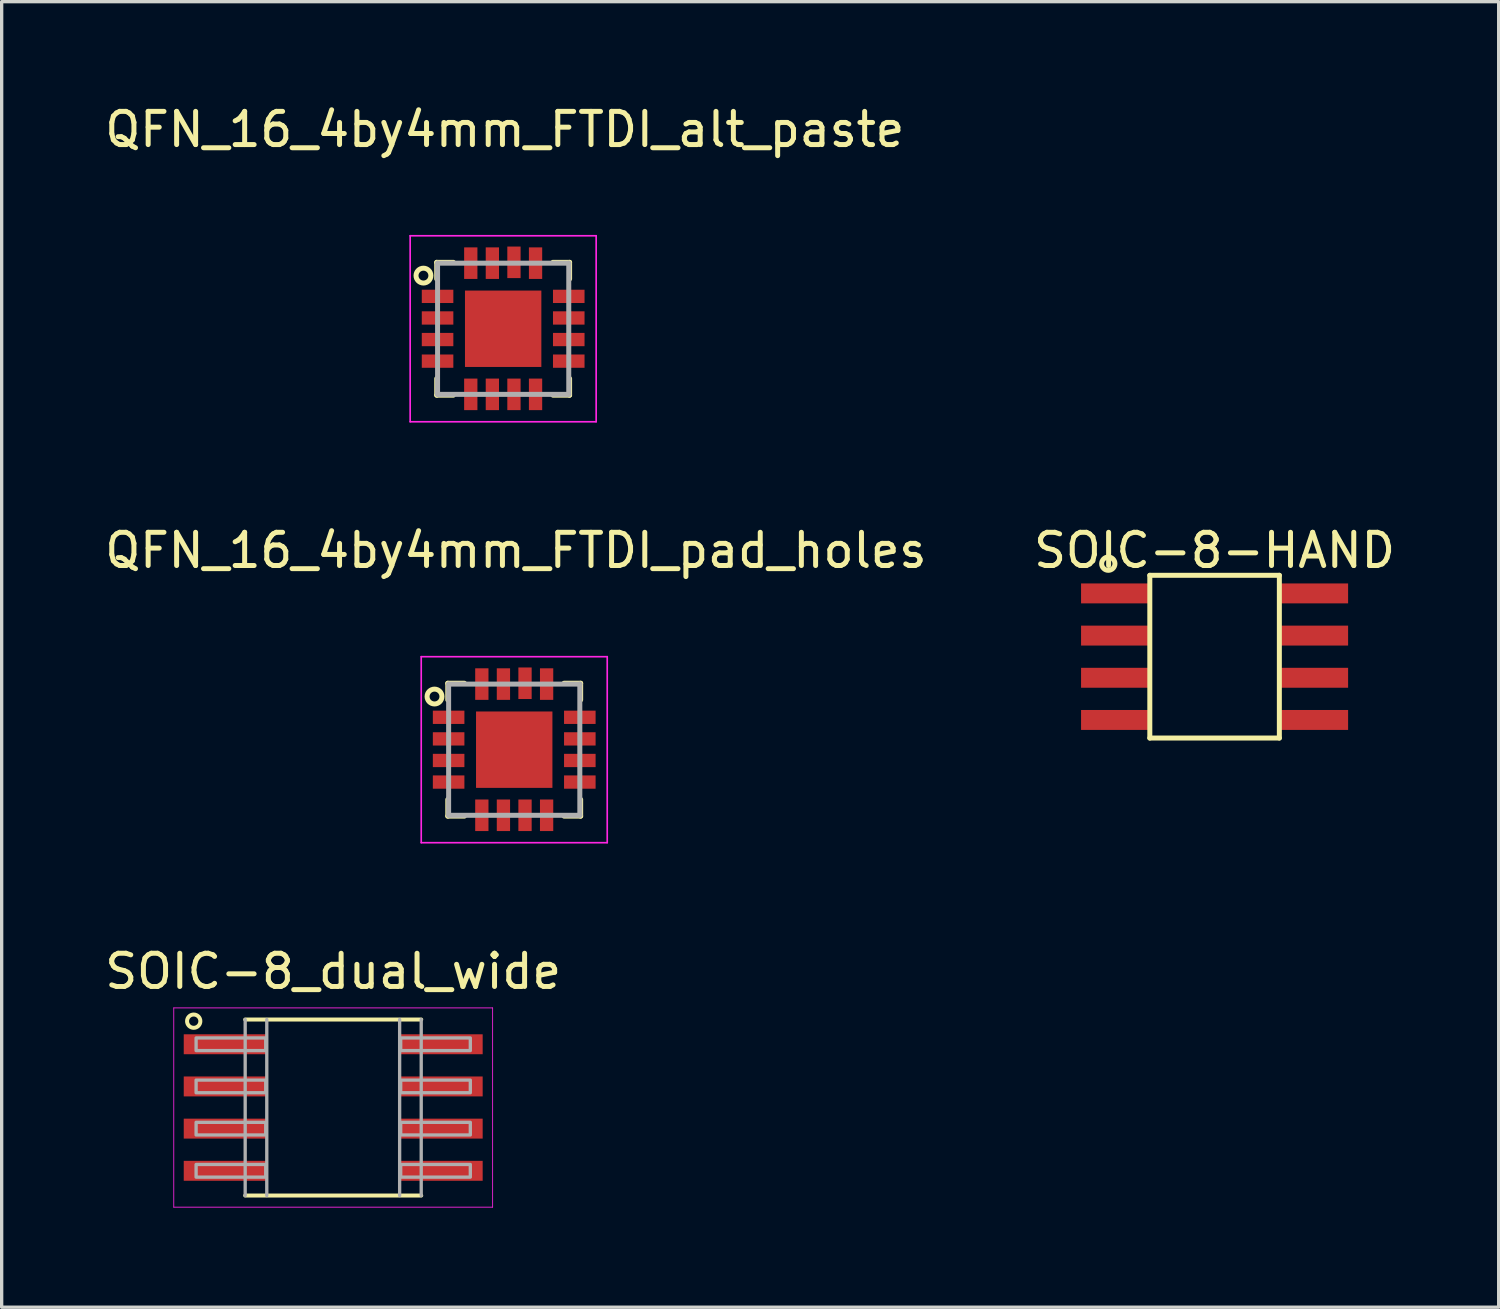
<source format=kicad_pcb>
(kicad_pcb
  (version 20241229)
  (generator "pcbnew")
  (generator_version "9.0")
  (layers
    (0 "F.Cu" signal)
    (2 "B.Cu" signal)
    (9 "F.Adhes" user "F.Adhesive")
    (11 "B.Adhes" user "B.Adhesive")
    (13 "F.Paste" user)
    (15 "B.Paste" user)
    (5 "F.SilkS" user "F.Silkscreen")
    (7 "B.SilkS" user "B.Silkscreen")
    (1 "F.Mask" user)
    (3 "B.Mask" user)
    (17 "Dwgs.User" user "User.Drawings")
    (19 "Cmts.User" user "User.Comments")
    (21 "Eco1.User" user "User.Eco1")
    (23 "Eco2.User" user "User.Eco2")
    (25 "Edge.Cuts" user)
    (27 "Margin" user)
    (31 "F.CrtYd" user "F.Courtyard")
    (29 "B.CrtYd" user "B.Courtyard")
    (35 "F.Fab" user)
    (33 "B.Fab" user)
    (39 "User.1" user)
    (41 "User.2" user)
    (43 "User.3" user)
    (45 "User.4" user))
  (footprint "SOIC-8-HAND"
    (layer "F.Cu")
    (at 33.518 16.721)
    (property "Reference" "SOIC-8-HAND" (at 0 -3.2 0) (layer "F.SilkS") (effects (font (size 1 1) (thickness 0.15))))
    (attr smd)
    (fp_line (start -1.95 -2.45) (end 1.95 -2.45) (stroke (width 0.15) (type solid)) (layer "F.SilkS"))
    (fp_line (start -1.95 2.45) (end -1.95 -2.45) (stroke (width 0.15) (type solid)) (layer "F.SilkS"))
    (fp_line (start 1.95 -2.45) (end 1.95 2.45) (stroke (width 0.15) (type solid)) (layer "F.SilkS"))
    (fp_line (start 1.95 2.45) (end -1.95 2.45) (stroke (width 0.15) (type solid)) (layer "F.SilkS"))
    (fp_circle (center -3.2 -2.8) (end -3 -2.8) (stroke (width 0.15) (type solid)) (fill no) (layer "F.SilkS"))
    (pad "1" smd rect (at -3.01 -1.905 90) (size 0.6 2.02) (layers "F.Cu" "F.Mask" "F.Paste"))
    (pad "2" smd rect (at -3.01 -0.635 90) (size 0.6 2.02) (layers "F.Cu" "F.Mask" "F.Paste"))
    (pad "3" smd rect (at -3.01 0.635 90) (size 0.6 2.02) (layers "F.Cu" "F.Mask" "F.Paste"))
    (pad "4" smd rect (at -3.01 1.905 90) (size 0.6 2.02) (layers "F.Cu" "F.Mask" "F.Paste"))
    (pad "5" smd rect (at 3.01 1.905 90) (size 0.6 2.02) (layers "F.Cu" "F.Mask" "F.Paste"))
    (pad "6" smd rect (at 3.01 0.635 90) (size 0.6 2.02) (layers "F.Cu" "F.Mask" "F.Paste"))
    (pad "7" smd rect (at 3.01 -0.635 90) (size 0.6 2.02) (layers "F.Cu" "F.Mask" "F.Paste"))
    (pad "8" smd rect (at 3.01 -1.905 90) (size 0.6 2.02) (layers "F.Cu" "F.Mask" "F.Paste")))
  (footprint "QFN_16_4by4mm_FTDI_alt_paste"
    (layer "F.Cu")
    (at 12.099 6.848)
    (property "Reference" "QFN_16_4by4mm_FTDI_alt_paste" (at 0.05 -6 0) (layer "F.SilkS") (effects (font (size 1 1) (thickness 0.15))))
    (attr through_hole)
    (fp_line (start -2 -2) (end -2 -1.5) (stroke (width 0.15) (type solid)) (layer "F.SilkS"))
    (fp_line (start -2 -2) (end -1.5 -2) (stroke (width 0.15) (type solid)) (layer "F.SilkS"))
    (fp_line (start -2 1.5) (end -2 2) (stroke (width 0.15) (type solid)) (layer "F.SilkS"))
    (fp_line (start -2 2) (end -1.5 2) (stroke (width 0.15) (type solid)) (layer "F.SilkS"))
    (fp_line (start 1.5 2) (end 2 2) (stroke (width 0.15) (type solid)) (layer "F.SilkS"))
    (fp_line (start 2 -2) (end 1.5 -2) (stroke (width 0.15) (type solid)) (layer "F.SilkS"))
    (fp_line (start 2 -1.5) (end 2 -2) (stroke (width 0.15) (type solid)) (layer "F.SilkS"))
    (fp_line (start 2 2) (end 2 1.5) (stroke (width 0.15) (type solid)) (layer "F.SilkS"))
    (fp_circle (center -2.4 -1.6) (end -2.3 -1.4) (stroke (width 0.15) (type solid)) (fill no) (layer "F.SilkS"))
    (fp_poly (pts (xy -1.1 -1.1) (xy -0.2 -1.1) (xy -0.2 -0.2) (xy -1.1 -0.2)) (stroke (width 0.1) (type solid)) (fill yes) (layer "F.Paste"))
    (fp_poly (pts (xy -1.1 0.2) (xy -0.2 0.2) (xy -0.2 1.1) (xy -1.1 1.1)) (stroke (width 0.1) (type solid)) (fill yes) (layer "F.Paste"))
    (fp_poly (pts (xy 0.2 -1.1) (xy 1.1 -1.1) (xy 1.1 -0.2) (xy 0.2 -0.2)) (stroke (width 0.1) (type solid)) (fill yes) (layer "F.Paste"))
    (fp_poly (pts (xy 0.2 0.2) (xy 1.1 0.2) (xy 1.1 1.1) (xy 0.2 1.1)) (stroke (width 0.1) (type solid)) (fill yes) (layer "F.Paste"))
    (fp_line (start -2.8 -2.8) (end 2.8 -2.8) (stroke (width 0.05) (type solid)) (layer "F.CrtYd"))
    (fp_line (start -2.8 2.8) (end -2.8 -2.8) (stroke (width 0.05) (type solid)) (layer "F.CrtYd"))
    (fp_line (start 2.8 -2.8) (end 2.8 2.8) (stroke (width 0.05) (type solid)) (layer "F.CrtYd"))
    (fp_line (start 2.8 2.8) (end -2.8 2.8) (stroke (width 0.05) (type solid)) (layer "F.CrtYd"))
    (fp_line (start -1.975 -1.975) (end 1.975 -1.975) (stroke (width 0.15) (type solid)) (layer "F.Fab"))
    (fp_line (start -1.975 1.975) (end -1.975 -1.975) (stroke (width 0.15) (type solid)) (layer "F.Fab"))
    (fp_line (start 1.975 -1.975) (end 1.975 1.975) (stroke (width 0.15) (type solid)) (layer "F.Fab"))
    (fp_line (start 1.975 1.975) (end -1.975 1.975) (stroke (width 0.15) (type solid)) (layer "F.Fab"))
    (pad "1" smd rect (at -1.975 -0.975) (size 0.95 0.4) (layers "F.Cu" "F.Mask" "F.Paste"))
    (pad "2" smd rect (at -1.975 -0.325) (size 0.95 0.4) (layers "F.Cu" "F.Mask" "F.Paste"))
    (pad "3" smd rect (at -1.975 0.325) (size 0.95 0.4) (layers "F.Cu" "F.Mask" "F.Paste"))
    (pad "4" smd rect (at -1.975 0.975) (size 0.95 0.4) (layers "F.Cu" "F.Mask" "F.Paste"))
    (pad "5" smd rect (at -0.975 1.975 90) (size 0.95 0.4) (layers "F.Cu" "F.Mask" "F.Paste"))
    (pad "6" smd rect (at -0.325 1.975 90) (size 0.95 0.4) (layers "F.Cu" "F.Mask" "F.Paste"))
    (pad "7" smd rect (at 0.325 1.975 90) (size 0.95 0.4) (layers "F.Cu" "F.Mask" "F.Paste"))
    (pad "8" smd rect (at 0.975 1.975 90) (size 0.95 0.4) (layers "F.Cu" "F.Mask" "F.Paste"))
    (pad "9" smd rect (at 1.975 0.975 180) (size 0.95 0.4) (layers "F.Cu" "F.Mask" "F.Paste"))
    (pad "10" smd rect (at 1.975 0.325) (size 0.95 0.4) (layers "F.Cu" "F.Mask" "F.Paste"))
    (pad "11" smd rect (at 1.975 -0.325) (size 0.95 0.4) (layers "F.Cu" "F.Mask" "F.Paste"))
    (pad "12" smd rect (at 1.975 -0.975) (size 0.95 0.4) (layers "F.Cu" "F.Mask" "F.Paste"))
    (pad "13" smd rect (at 0.975 -1.975 90) (size 0.95 0.4) (layers "F.Cu" "F.Mask" "F.Paste"))
    (pad "14" smd rect (at 0.325 -2 90) (size 0.95 0.4) (layers "F.Cu" "F.Mask" "F.Paste"))
    (pad "15" smd rect (at -0.325 -1.975 90) (size 0.95 0.4) (layers "F.Cu" "F.Mask" "F.Paste"))
    (pad "16" smd rect (at -0.975 -1.975 90) (size 0.95 0.4) (layers "F.Cu" "F.Mask" "F.Paste"))
    (pad "17" smd rect (at 0 0) (size 2.3 2.3) (layers "F.Cu")))
  (footprint "SOIC-8_dual_wide"
    (layer "F.Cu")
    (at 6.982 30.295)
    (property "Reference" "SOIC-8_dual_wide" (at 0 -4.1 0) (layer "F.SilkS") (effects (font (size 1 1) (thickness 0.15))))
    (attr smd)
    (fp_line (start -2.65 -2.65) (end 2.65 -2.65) (stroke (width 0.12) (type solid)) (layer "F.SilkS"))
    (fp_line (start 2.65 2.65) (end -2.65 2.65) (stroke (width 0.12) (type solid)) (layer "F.SilkS"))
    (fp_circle (center -4.2 -2.6) (end -4 -2.6) (stroke (width 0.12) (type solid)) (fill no) (layer "F.SilkS"))
    (fp_line (start -4.8 -3) (end -4.8 3) (stroke (width 0.025) (type solid)) (layer "F.CrtYd"))
    (fp_line (start -4.8 3) (end 4.8 3) (stroke (width 0.025) (type solid)) (layer "F.CrtYd"))
    (fp_line (start 4.8 -3) (end -4.8 -3) (stroke (width 0.025) (type solid)) (layer "F.CrtYd"))
    (fp_line (start 4.8 3) (end 4.8 -3) (stroke (width 0.025) (type solid)) (layer "F.CrtYd"))
    (fp_line (start -2.65 -2.65) (end -2.65 2.65) (stroke (width 0.1) (type solid)) (layer "F.Fab"))
    (fp_line (start -2 2.65) (end -2 -2.65) (stroke (width 0.1) (type solid)) (layer "F.Fab"))
    (fp_line (start 2 -2.65) (end 2 2.65) (stroke (width 0.1) (type solid)) (layer "F.Fab"))
    (fp_line (start 2.65 2.65) (end 2.65 -2.65) (stroke (width 0.1) (type solid)) (layer "F.Fab"))
    (fp_poly (pts (xy -2.032 -1.714) (xy -4.128 -1.714) (xy -4.128 -2.095) (xy -2.032 -2.095)) (stroke (width 0.1) (type solid)) (fill no) (layer "F.Fab"))
    (fp_poly (pts (xy -2.032 -0.445) (xy -4.128 -0.445) (xy -4.128 -0.826) (xy -2.032 -0.826)) (stroke (width 0.1) (type solid)) (fill no) (layer "F.Fab"))
    (fp_poly (pts (xy -2.032 0.826) (xy -4.128 0.826) (xy -4.128 0.445) (xy -2.032 0.445)) (stroke (width 0.1) (type solid)) (fill no) (layer "F.Fab"))
    (fp_poly (pts (xy -2.032 2.095) (xy -4.128 2.095) (xy -4.128 1.714) (xy -2.032 1.714)) (stroke (width 0.1) (type solid)) (fill no) (layer "F.Fab"))
    (fp_poly (pts (xy 4.128 -1.714) (xy 2.032 -1.714) (xy 2.032 -2.095) (xy 4.128 -2.095)) (stroke (width 0.1) (type solid)) (fill no) (layer "F.Fab"))
    (fp_poly (pts (xy 4.128 -0.445) (xy 2.032 -0.445) (xy 2.032 -0.826) (xy 4.128 -0.826)) (stroke (width 0.1) (type solid)) (fill no) (layer "F.Fab"))
    (fp_poly (pts (xy 4.128 0.826) (xy 2.032 0.826) (xy 2.032 0.445) (xy 4.128 0.445)) (stroke (width 0.1) (type solid)) (fill no) (layer "F.Fab"))
    (fp_poly (pts (xy 4.128 2.095) (xy 2.032 2.095) (xy 2.032 1.714) (xy 4.128 1.714)) (stroke (width 0.1) (type solid)) (fill no) (layer "F.Fab"))
    (pad "1" smd rect (at -3.25 -1.905) (size 2.5 0.6) (layers "F.Cu" "F.Mask" "F.Paste"))
    (pad "2" smd rect (at -3.25 -0.635) (size 2.5 0.6) (layers "F.Cu" "F.Mask" "F.Paste"))
    (pad "3" smd rect (at -3.25 0.635) (size 2.5 0.6) (layers "F.Cu" "F.Mask" "F.Paste"))
    (pad "4" smd rect (at -3.25 1.905) (size 2.5 0.6) (layers "F.Cu" "F.Mask" "F.Paste"))
    (pad "5" smd rect (at 3.25 1.905) (size 2.5 0.6) (layers "F.Cu" "F.Mask" "F.Paste"))
    (pad "6" smd rect (at 3.25 0.635) (size 2.5 0.6) (layers "F.Cu" "F.Mask" "F.Paste"))
    (pad "7" smd rect (at 3.25 -0.635) (size 2.5 0.6) (layers "F.Cu" "F.Mask" "F.Paste"))
    (pad "8" smd rect (at 3.25 -1.905) (size 2.5 0.6) (layers "F.Cu" "F.Mask" "F.Paste")))
  (footprint "QFN_16_4by4mm_FTDI_pad_holes"
    (layer "F.Cu")
    (at 12.432 19.521)
    (property "Reference" "QFN_16_4by4mm_FTDI_pad_holes" (at 0.05 -6 0) (layer "F.SilkS") (effects (font (size 1 1) (thickness 0.15))))
    (attr smd)
    (fp_line (start -2 -2) (end -2 -1.5) (stroke (width 0.15) (type solid)) (layer "F.SilkS"))
    (fp_line (start -2 -2) (end -1.5 -2) (stroke (width 0.15) (type solid)) (layer "F.SilkS"))
    (fp_line (start -2 1.5) (end -2 2) (stroke (width 0.15) (type solid)) (layer "F.SilkS"))
    (fp_line (start -2 2) (end -1.5 2) (stroke (width 0.15) (type solid)) (layer "F.SilkS"))
    (fp_line (start 1.5 2) (end 2 2) (stroke (width 0.15) (type solid)) (layer "F.SilkS"))
    (fp_line (start 2 -2) (end 1.5 -2) (stroke (width 0.15) (type solid)) (layer "F.SilkS"))
    (fp_line (start 2 -1.5) (end 2 -2) (stroke (width 0.15) (type solid)) (layer "F.SilkS"))
    (fp_line (start 2 2) (end 2 1.5) (stroke (width 0.15) (type solid)) (layer "F.SilkS"))
    (fp_circle (center -2.4 -1.6) (end -2.3 -1.4) (stroke (width 0.15) (type solid)) (fill no) (layer "F.SilkS"))
    (fp_line (start -2.8 -2.8) (end 2.8 -2.8) (stroke (width 0.05) (type solid)) (layer "F.CrtYd"))
    (fp_line (start -2.8 2.8) (end -2.8 -2.8) (stroke (width 0.05) (type solid)) (layer "F.CrtYd"))
    (fp_line (start 2.8 -2.8) (end 2.8 2.8) (stroke (width 0.05) (type solid)) (layer "F.CrtYd"))
    (fp_line (start 2.8 2.8) (end -2.8 2.8) (stroke (width 0.05) (type solid)) (layer "F.CrtYd"))
    (fp_line (start -1.975 -1.975) (end 1.975 -1.975) (stroke (width 0.15) (type solid)) (layer "F.Fab"))
    (fp_line (start -1.975 1.975) (end -1.975 -1.975) (stroke (width 0.15) (type solid)) (layer "F.Fab"))
    (fp_line (start 1.975 -1.975) (end 1.975 1.975) (stroke (width 0.15) (type solid)) (layer "F.Fab"))
    (fp_line (start 1.975 1.975) (end -1.975 1.975) (stroke (width 0.15) (type solid)) (layer "F.Fab"))
    (pad "1" smd rect (at -1.975 -0.975) (size 0.95 0.4) (layers "F.Cu" "F.Mask" "F.Paste"))
    (pad "2" smd rect (at -1.975 -0.325) (size 0.95 0.4) (layers "F.Cu" "F.Mask" "F.Paste"))
    (pad "3" smd rect (at -1.975 0.325) (size 0.95 0.4) (layers "F.Cu" "F.Mask" "F.Paste"))
    (pad "4" smd rect (at -1.975 0.975) (size 0.95 0.4) (layers "F.Cu" "F.Mask" "F.Paste"))
    (pad "5" smd rect (at -0.975 1.975 90) (size 0.95 0.4) (layers "F.Cu" "F.Mask" "F.Paste"))
    (pad "6" smd rect (at -0.325 1.975 90) (size 0.95 0.4) (layers "F.Cu" "F.Mask" "F.Paste"))
    (pad "7" smd rect (at 0.325 1.975 90) (size 0.95 0.4) (layers "F.Cu" "F.Mask" "F.Paste"))
    (pad "8" smd rect (at 0.975 1.975 90) (size 0.95 0.4) (layers "F.Cu" "F.Mask" "F.Paste"))
    (pad "9" smd rect (at 1.975 0.975 180) (size 0.95 0.4) (layers "F.Cu" "F.Mask" "F.Paste"))
    (pad "10" smd rect (at 1.975 0.325) (size 0.95 0.4) (layers "F.Cu" "F.Mask" "F.Paste"))
    (pad "11" smd rect (at 1.975 -0.325) (size 0.95 0.4) (layers "F.Cu" "F.Mask" "F.Paste"))
    (pad "12" smd rect (at 1.975 -0.975) (size 0.95 0.4) (layers "F.Cu" "F.Mask" "F.Paste"))
    (pad "13" smd rect (at 0.975 -1.975 90) (size 0.95 0.4) (layers "F.Cu" "F.Mask" "F.Paste"))
    (pad "14" smd rect (at 0.325 -2 90) (size 0.95 0.4) (layers "F.Cu" "F.Mask" "F.Paste"))
    (pad "15" smd rect (at -0.325 -1.975 90) (size 0.95 0.4) (layers "F.Cu" "F.Mask" "F.Paste"))
    (pad "16" smd rect (at -0.975 -1.975 90) (size 0.95 0.4) (layers "F.Cu" "F.Mask" "F.Paste"))
    (pad "17" smd rect (at 0 0) (size 2.3 2.3) (layers "F.Cu" "F.Mask" "F.Paste")))
  (gr_rect
    (start -3 -3)
    (end 42.071 36.307)
    (stroke (width 0.1) (type default))
    (fill no)
    (layer "Edge.Cuts")))
</source>
